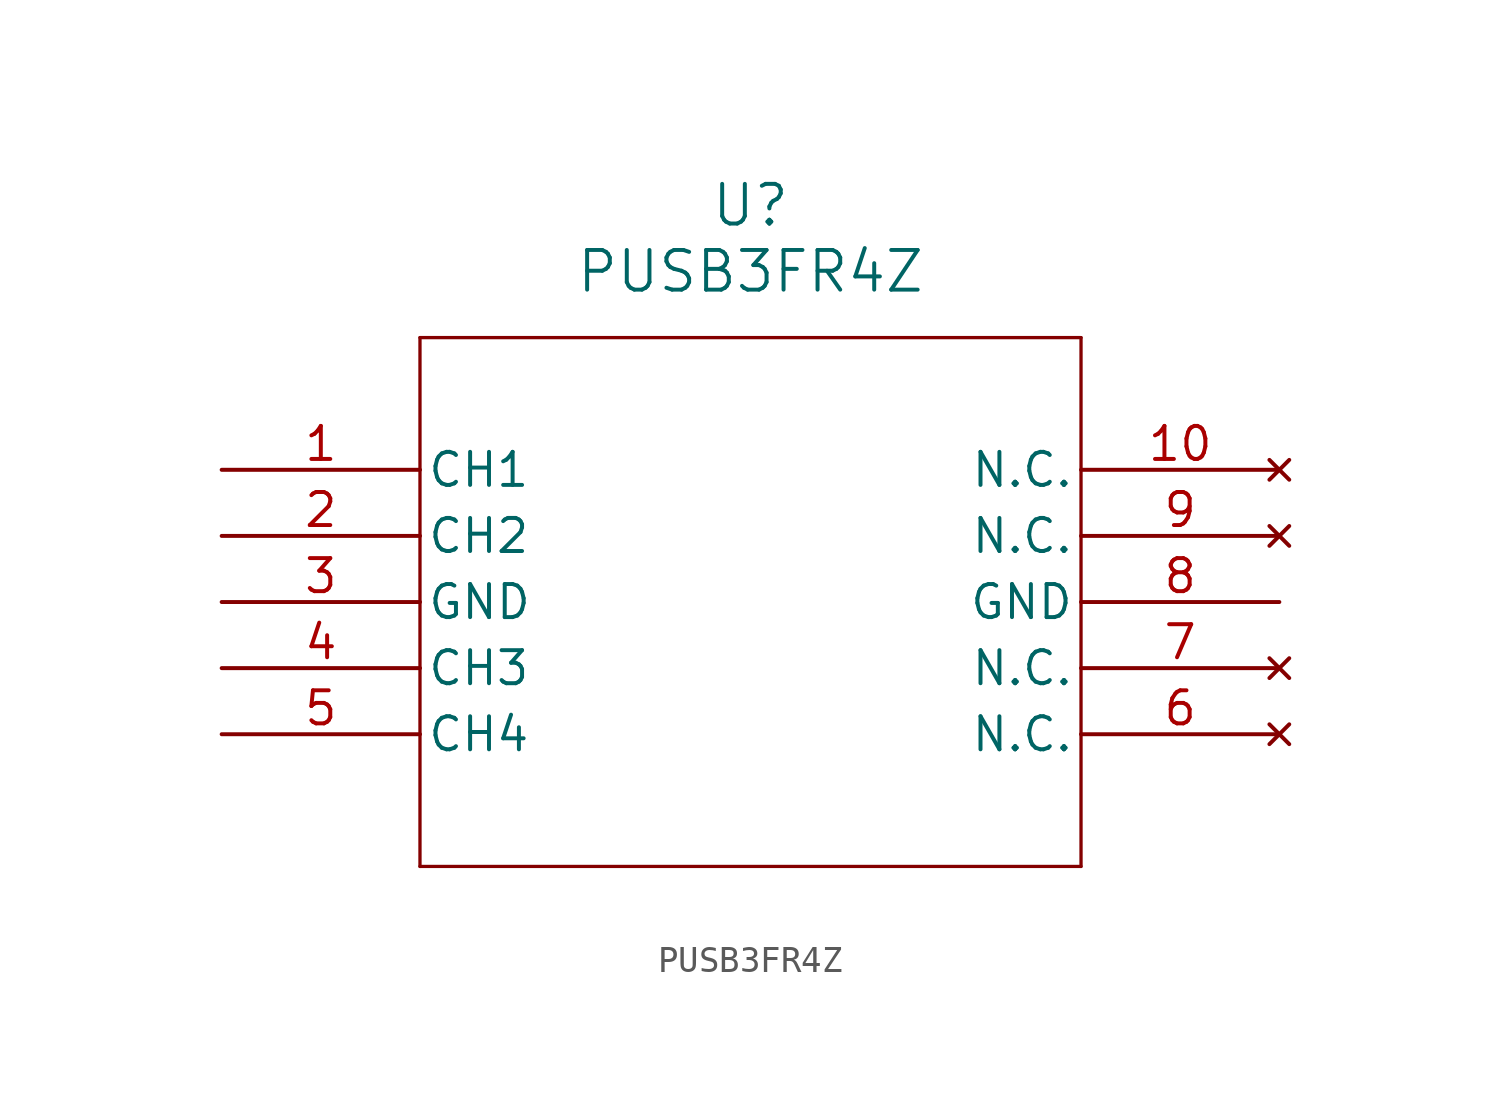
<source format=kicad_sym>
(kicad_symbol_lib
  (version 20211014)
  (generator kicad_symbol_editor)
  (symbol "PUSB3FR4Z"
    (pin_names
      (offset 0.254))
    (property "Reference" "U"
      (at 20.32 10.16 0)
      (effects (font (size 1.524 1.524))))
    (property "Value" "PUSB3FR4Z"
      (at 20.32 7.62 0)
      (effects (font (size 1.524 1.524))))
    (symbol "PUSB3FR4Z_0_1"
      (polyline (pts (xy 7.62 5.08) (xy 7.62 -15.24)) (stroke (width 0.127) (type default) (color 0 0 0 0)) (fill (type none)))
      (polyline (pts (xy 7.62 -15.24) (xy 33.02 -15.24)) (stroke (width 0.127) (type default) (color 0 0 0 0)) (fill (type none)))
      (polyline (pts (xy 33.02 -15.24) (xy 33.02 5.08)) (stroke (width 0.127) (type default) (color 0 0 0 0)) (fill (type none)))
      (polyline (pts (xy 33.02 5.08) (xy 7.62 5.08)) (stroke (width 0.127) (type default) (color 0 0 0 0)) (fill (type none)))
      (pin bidirectional line (at 0 0 0) (length 7.62) (name "CH1" (effects (font (size 1.27 1.27)))) (number "1" (effects (font (size 1.27 1.27)))))
      (pin bidirectional line (at 0 -2.54 0) (length 7.62) (name "CH2" (effects (font (size 1.27 1.27)))) (number "2" (effects (font (size 1.27 1.27)))))
      (pin power_out line (at 0 -5.08 0) (length 7.62) (name "GND" (effects (font (size 1.27 1.27)))) (number "3" (effects (font (size 1.27 1.27)))))
      (pin bidirectional line (at 0 -7.62 0) (length 7.62) (name "CH3" (effects (font (size 1.27 1.27)))) (number "4" (effects (font (size 1.27 1.27)))))
      (pin bidirectional line (at 0 -10.16 0) (length 7.62) (name "CH4" (effects (font (size 1.27 1.27)))) (number "5" (effects (font (size 1.27 1.27)))))
      (pin no_connect line (at 40.64 -10.16 180) (length 7.62) (name "N.C." (effects (font (size 1.27 1.27)))) (number "6" (effects (font (size 1.27 1.27)))))
      (pin no_connect line (at 40.64 -7.62 180) (length 7.62) (name "N.C." (effects (font (size 1.27 1.27)))) (number "7" (effects (font (size 1.27 1.27)))))
      (pin power_out line (at 40.64 -5.08 180) (length 7.62) (name "GND" (effects (font (size 1.27 1.27)))) (number "8" (effects (font (size 1.27 1.27)))))
      (pin no_connect line (at 40.64 -2.54 180) (length 7.62) (name "N.C." (effects (font (size 1.27 1.27)))) (number "9" (effects (font (size 1.27 1.27)))))
      (pin no_connect line (at 40.64 0 180) (length 7.62) (name "N.C." (effects (font (size 1.27 1.27)))) (number "10" (effects (font (size 1.27 1.27))))))))
</source>
